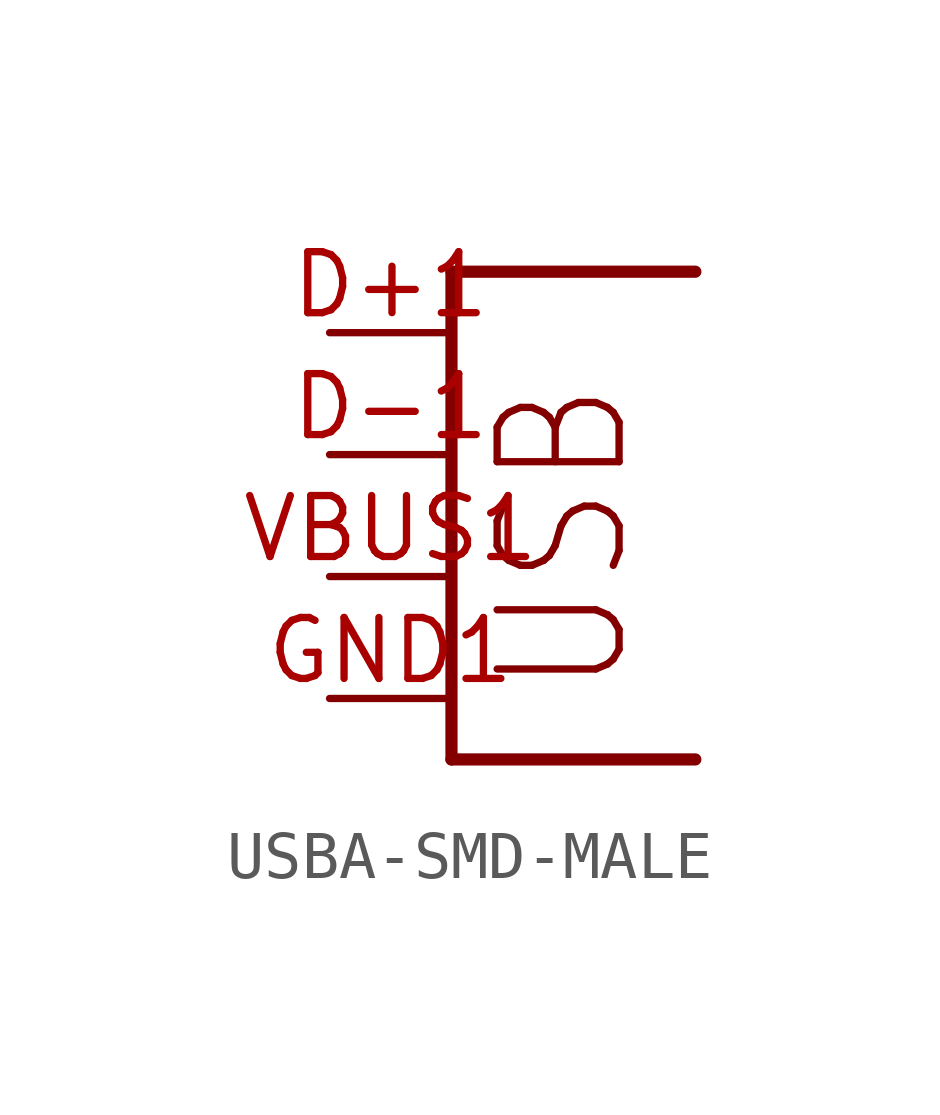
<source format=kicad_sym>
(kicad_symbol_lib
  (version 20231120)
  (generator "kicad_symbol_editor")
  (generator_version "8.0")
  (symbol "USBA-SMD-MALE"
    (property "Reference" "JP"
      (at 0 0 0)
      (effects (font (size 1.27 1.27)) (hide yes)))
    (property "ki_locked" ""
      (at 0 0 0)
      (effects (font (size 1.27 1.27))))
    (symbol "USBA-SMD-MALE_1_0"
      (polyline (pts (xy 0 -1.27) (xy 5.08 -1.27)) (stroke (width 0.254) (type solid)) (fill (type none)))
      (polyline (pts (xy 0 8.89) (xy 0 -1.27)) (stroke (width 0.254) (type solid)) (fill (type none)))
      (polyline (pts (xy 5.08 8.89) (xy 0 8.89)) (stroke (width 0.254) (type solid)) (fill (type none)))
      (text "USB" (at 3.81 0 900) (effects (font (size 2.54 2.159)) (justify left bottom)))
      (pin bidirectional line (at -2.54 7.62 0) (length 2.54) (name "D+" (effects (font (size 0 0)))) (number "D+1" (effects (font (size 1.27 1.27)))))
      (pin bidirectional line (at -2.54 5.08 0) (length 2.54) (name "D-" (effects (font (size 0 0)))) (number "D-1" (effects (font (size 1.27 1.27)))))
      (pin bidirectional line (at -2.54 0 0) (length 2.54) (name "GND" (effects (font (size 0 0)))) (number "GND1" (effects (font (size 1.27 1.27)))))
      (pin bidirectional line (at -2.54 2.54 0) (length 2.54) (name "VBUS" (effects (font (size 0 0)))) (number "VBUS1" (effects (font (size 1.27 1.27))))))))
</source>
